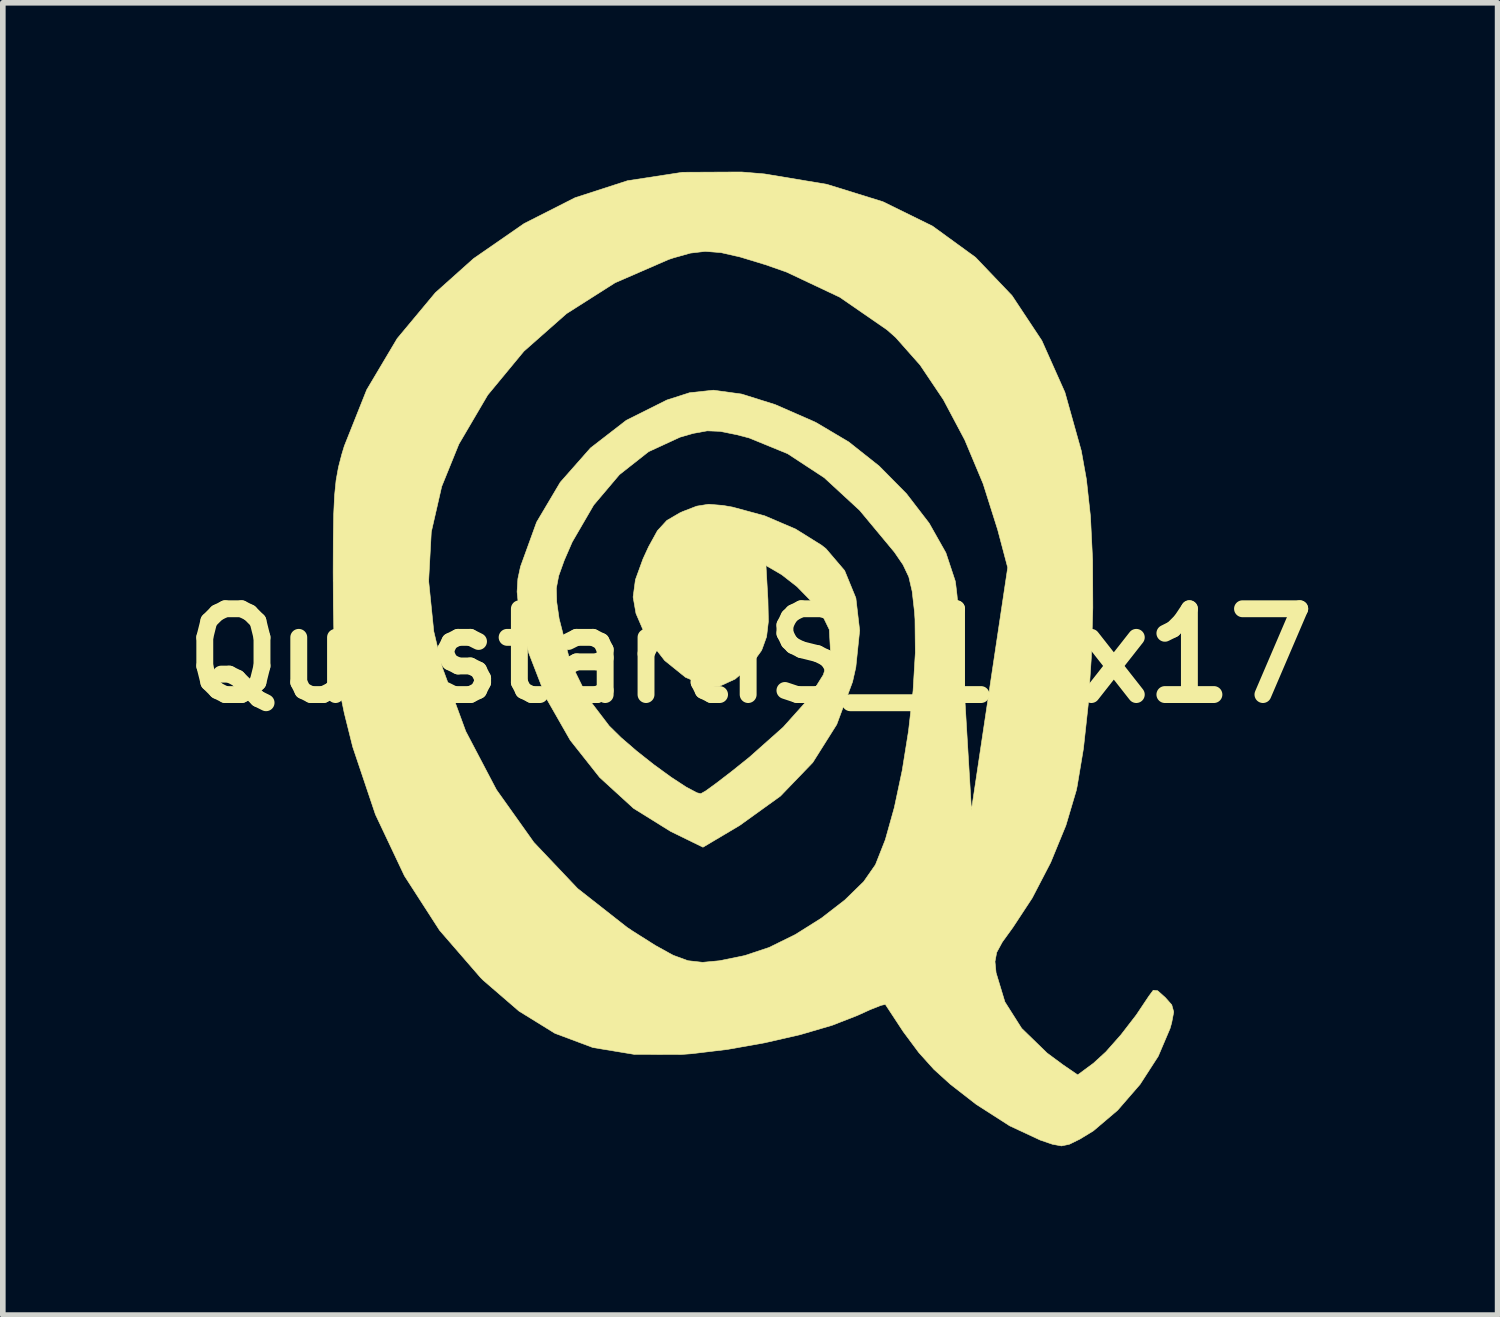
<source format=kicad_pcb>
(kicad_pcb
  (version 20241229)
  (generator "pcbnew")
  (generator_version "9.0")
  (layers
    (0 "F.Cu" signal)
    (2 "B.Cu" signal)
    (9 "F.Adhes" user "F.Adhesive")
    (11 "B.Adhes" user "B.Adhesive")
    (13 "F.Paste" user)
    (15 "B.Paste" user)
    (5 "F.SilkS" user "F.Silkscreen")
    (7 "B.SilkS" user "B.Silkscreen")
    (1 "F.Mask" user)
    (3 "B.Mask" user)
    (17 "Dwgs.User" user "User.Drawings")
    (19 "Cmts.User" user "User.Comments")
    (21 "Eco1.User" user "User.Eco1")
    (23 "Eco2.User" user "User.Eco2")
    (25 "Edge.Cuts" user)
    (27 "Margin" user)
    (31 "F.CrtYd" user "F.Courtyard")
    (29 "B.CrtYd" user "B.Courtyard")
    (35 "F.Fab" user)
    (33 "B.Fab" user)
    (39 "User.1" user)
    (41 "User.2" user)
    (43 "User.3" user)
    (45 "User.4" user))
  (footprint "QuestartiS_15x17"
    (layer "F.Cu")
    (at 10.276 8.598)
    (property "Reference" "QuestartiS_15x17" (at 0 0 0) (layer "F.SilkS") (effects (font (size 1.524 1.524) (thickness 0.3))))
    (attr through_hole)
    (fp_circle (center -0.7 -0.9) (end -0.6 -0.9) (stroke (width 0.15) (type solid)) (fill no) (layer "F.SilkS"))
    (fp_poly (pts (xy 0.25 -8.559) (xy 1.361 -8.374) (xy 2.357 -8.065) (xy 3.238 -7.632) (xy 4.003 -7.076) (xy 4.65 -6.398) (xy 5.18 -5.598) (xy 5.59 -4.679) (xy 5.881 -3.64) (xy 5.972 -3.133) (xy 6.044 -2.473) (xy 6.082 -1.697) (xy 6.086 -0.85) (xy 6.06 0.021) (xy 6.004 0.87) (xy 5.919 1.65) (xy 5.808 2.315) (xy 5.792 2.393) (xy 5.608 3.013) (xy 5.337 3.673) (xy 5.009 4.304) (xy 4.666 4.826) (xy 4.478 5.086) (xy 4.378 5.27) (xy 4.348 5.433) (xy 4.367 5.628) (xy 4.367 5.63) (xy 4.524 6.149) (xy 4.822 6.619) (xy 5.273 7.057) (xy 5.554 7.265) (xy 5.817 7.445) (xy 6.095 7.24) (xy 6.318 7.036) (xy 6.586 6.733) (xy 6.859 6.379) (xy 7.083 6.044) (xy 7.159 5.942) (xy 7.237 5.95) (xy 7.373 6.071) (xy 7.488 6.201) (xy 7.523 6.327) (xy 7.487 6.518) (xy 7.458 6.621) (xy 7.248 7.114) (xy 6.925 7.614) (xy 6.527 8.073) (xy 6.095 8.44) (xy 5.856 8.586) (xy 5.668 8.678) (xy 5.529 8.707) (xy 5.367 8.677) (xy 5.151 8.603) (xy 4.61 8.351) (xy 4.013 7.968) (xy 3.554 7.611) (xy 3.263 7.347) (xy 2.995 7.049) (xy 2.719 6.678) (xy 2.401 6.194) (xy 2.4 6.193) (xy 2.321 6.211) (xy 2.132 6.286) (xy 1.903 6.39) (xy 1.457 6.564) (xy 0.891 6.73) (xy 0.254 6.876) (xy -0.405 6.993) (xy -1.038 7.069) (xy -1.228 7.083) (xy -2.059 7.081) (xy -2.796 6.959) (xy -3.469 6.707) (xy -4.108 6.312) (xy -4.744 5.763) (xy -4.79 5.717) (xy -5.518 4.877) (xy -6.142 3.909) (xy -6.657 2.82) (xy -7.06 1.621) (xy -7.211 1.016) (xy -7.284 0.662) (xy -7.337 0.335) (xy -7.373 -0.005) (xy -7.395 -0.396) (xy -7.405 -0.878) (xy -7.407 -1.329) (xy -5.712 -1.329) (xy -5.621 -0.433) (xy -5.468 0.212) (xy -5.053 1.342) (xy -4.508 2.38) (xy -3.843 3.315) (xy -3.066 4.135) (xy -2.186 4.826) (xy -2.096 4.886) (xy -1.685 5.146) (xy -1.37 5.32) (xy -1.105 5.417) (xy -0.846 5.446) (xy -0.548 5.418) (xy -0.168 5.341) (xy -0.095 5.325) (xy 0.335 5.182) (xy 0.802 4.952) (xy 1.263 4.662) (xy 1.681 4.339) (xy 2.016 4.012) (xy 2.225 3.712) (xy 2.4 3.268) (xy 2.56 2.696) (xy 2.7 2.037) (xy 2.813 1.331) (xy 2.893 0.621) (xy 2.933 -0.053) (xy 2.927 -0.65) (xy 2.918 -0.782) (xy 2.877 -1.144) (xy 2.817 -1.401) (xy 2.715 -1.616) (xy 2.561 -1.841) (xy 1.945 -2.582) (xy 1.316 -3.162) (xy 0.665 -3.589) (xy -0.019 -3.869) (xy -0.237 -3.926) (xy -0.534 -3.986) (xy -0.764 -3.995) (xy -1.012 -3.95) (xy -1.245 -3.883) (xy -1.805 -3.625) (xy -2.323 -3.217) (xy -2.78 -2.677) (xy -3.162 -2.02) (xy -3.304 -1.693) (xy -3.402 -1.42) (xy -3.444 -1.199) (xy -3.437 -0.954) (xy -3.394 -0.657) (xy -3.2 0.1) (xy -2.876 0.76) (xy -2.505 1.246) (xy -2.294 1.454) (xy -2.018 1.692) (xy -1.711 1.935) (xy -1.407 2.156) (xy -1.14 2.331) (xy -0.946 2.434) (xy -0.878 2.451) (xy -0.787 2.399) (xy -0.595 2.259) (xy -0.328 2.054) (xy -0.015 1.803) (xy -0.006 1.795) (xy 0.586 1.269) (xy 1.02 0.785) (xy 1.299 0.338) (xy 1.426 -0.076) (xy 1.405 -0.465) (xy 1.404 -0.467) (xy 1.294 -0.694) (xy 1.088 -0.965) (xy 0.831 -1.228) (xy 0.567 -1.434) (xy 0.529 -1.458) (xy 0.28 -1.603) (xy 0.315 -0.992) (xy 0.323 -0.612) (xy 0.291 -0.339) (xy 0.211 -0.117) (xy 0.196 -0.086) (xy -0.007 0.195) (xy -0.269 0.415) (xy -0.545 0.541) (xy -0.76 0.551) (xy -1.151 0.382) (xy -1.52 0.084) (xy -1.822 -0.305) (xy -1.888 -0.424) (xy -2.029 -0.751) (xy -2.08 -1.043) (xy -2.039 -1.35) (xy -1.904 -1.721) (xy -1.805 -1.936) (xy -1.648 -2.221) (xy -1.481 -2.403) (xy -1.25 -2.538) (xy -1.199 -2.561) (xy -0.951 -2.657) (xy -0.739 -2.691) (xy -0.485 -2.67) (xy -0.317 -2.641) (xy 0.256 -2.486) (xy 0.807 -2.25) (xy 1.269 -1.962) (xy 1.346 -1.901) (xy 1.677 -1.513) (xy 1.877 -1.025) (xy 1.944 -0.449) (xy 1.876 0.206) (xy 1.818 0.463) (xy 1.537 1.221) (xy 1.111 1.897) (xy 0.537 2.493) (xy -0.187 3.014) (xy -0.229 3.039) (xy -0.839 3.401) (xy -1.414 3.12) (xy -2.073 2.71) (xy -2.674 2.161) (xy -3.197 1.5) (xy -3.623 0.754) (xy -3.934 -0.05) (xy -4.043 -0.483) (xy -4.113 -0.862) (xy -4.141 -1.136) (xy -4.127 -1.366) (xy -4.08 -1.584) (xy -3.794 -2.373) (xy -3.374 -3.081) (xy -2.837 -3.69) (xy -2.201 -4.182) (xy -1.481 -4.542) (xy -1.076 -4.672) (xy -0.653 -4.717) (xy -0.151 -4.648) (xy 0.444 -4.461) (xy 1.143 -4.155) (xy 1.178 -4.137) (xy 1.75 -3.798) (xy 2.291 -3.369) (xy 2.776 -2.878) (xy 3.179 -2.354) (xy 3.476 -1.828) (xy 3.642 -1.327) (xy 3.649 -1.284) (xy 3.673 -1.081) (xy 3.704 -0.74) (xy 3.74 -0.295) (xy 3.777 0.223) (xy 3.813 0.783) (xy 3.822 0.925) (xy 3.93 2.739) (xy 4.574 -1.566) (xy 4.396 -2.238) (xy 4.138 -3.054) (xy 3.811 -3.834) (xy 3.432 -4.548) (xy 3.018 -5.164) (xy 2.585 -5.653) (xy 2.431 -5.789) (xy 1.591 -6.369) (xy 0.646 -6.815) (xy 0.275 -6.945) (xy -0.178 -7.083) (xy -0.52 -7.161) (xy -0.799 -7.183) (xy -1.063 -7.152) (xy -1.358 -7.069) (xy -1.449 -7.039) (xy -2.401 -6.625) (xy -3.263 -6.077) (xy -4.021 -5.408) (xy -4.663 -4.631) (xy -5.175 -3.759) (xy -5.48 -3.007) (xy -5.665 -2.199) (xy -5.712 -1.329) (xy -7.407 -1.329) (xy -7.408 -1.482) (xy -7.406 -2.062) (xy -7.399 -2.506) (xy -7.383 -2.846) (xy -7.356 -3.116) (xy -7.314 -3.349) (xy -7.255 -3.577) (xy -7.21 -3.725) (xy -6.812 -4.724) (xy -6.271 -5.634) (xy -5.594 -6.447) (xy -4.914 -7.055) (xy -4.016 -7.677) (xy -3.111 -8.136) (xy -2.179 -8.438) (xy -1.2 -8.588) (xy -0.155 -8.593) (xy 0.25 -8.559)) (stroke (width 0.01) (type solid)) (fill yes) (layer "F.SilkS")))
  (gr_rect
    (start -3 -3)
    (end 23.552 20.31)
    (stroke (width 0.1) (type default))
    (fill no)
    (layer "Edge.Cuts")))
</source>
